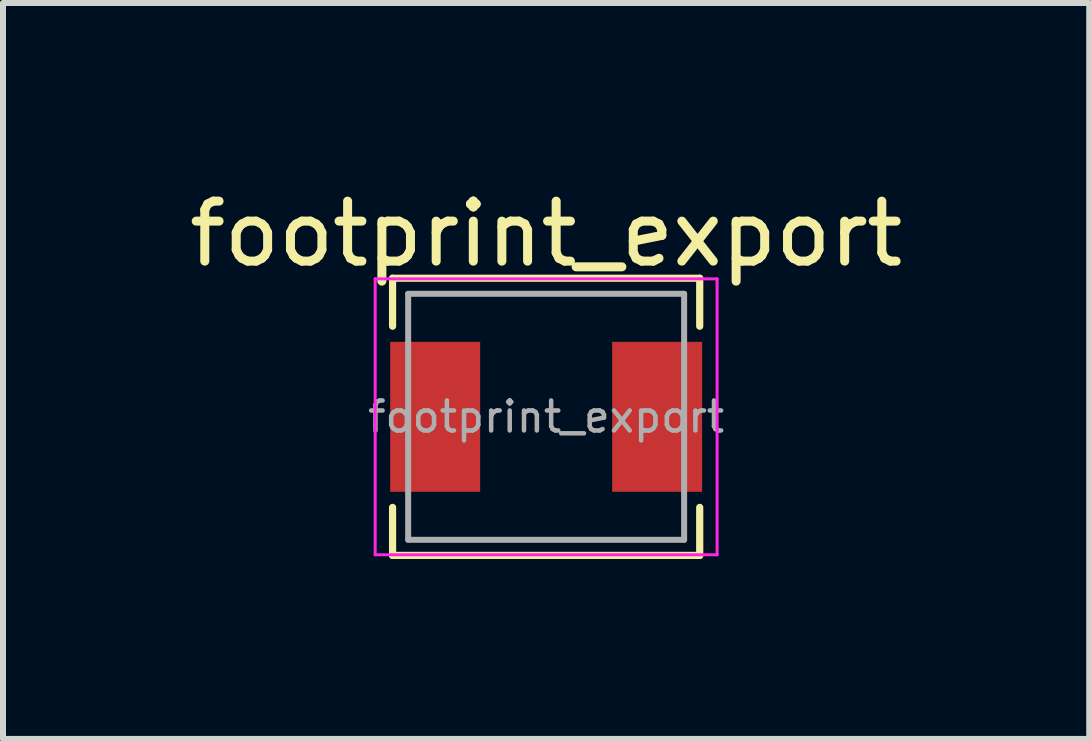
<source format=kicad_pcb>
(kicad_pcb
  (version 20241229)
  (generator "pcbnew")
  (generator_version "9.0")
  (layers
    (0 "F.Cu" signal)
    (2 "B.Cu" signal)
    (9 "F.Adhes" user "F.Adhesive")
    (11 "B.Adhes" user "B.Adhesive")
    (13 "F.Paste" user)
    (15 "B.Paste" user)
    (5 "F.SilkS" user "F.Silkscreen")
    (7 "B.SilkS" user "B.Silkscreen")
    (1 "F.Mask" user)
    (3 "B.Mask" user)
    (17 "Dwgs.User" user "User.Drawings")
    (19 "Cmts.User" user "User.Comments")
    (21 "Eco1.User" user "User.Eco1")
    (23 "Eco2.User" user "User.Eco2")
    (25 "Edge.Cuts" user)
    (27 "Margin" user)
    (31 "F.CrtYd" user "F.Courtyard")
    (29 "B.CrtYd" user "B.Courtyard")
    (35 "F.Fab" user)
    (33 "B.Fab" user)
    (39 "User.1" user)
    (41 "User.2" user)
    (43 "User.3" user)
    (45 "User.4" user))
  (footprint "footprint_export"
    (layer "F.Cu")
    (at 6.054 3.898)
    (property "Reference" "footprint_export" (at 0 -3.05 0) (layer "F.SilkS") (effects (font (size 1 1) (thickness 0.15))))
    (attr smd)
    (fp_line (start -2.56 -2.31) (end -2.56 -1.51) (stroke (width 0.12) (type solid)) (layer "F.SilkS"))
    (fp_line (start -2.56 -2.31) (end 2.56 -2.31) (stroke (width 0.12) (type solid)) (layer "F.SilkS"))
    (fp_line (start -2.56 2.31) (end -2.56 1.51) (stroke (width 0.12) (type solid)) (layer "F.SilkS"))
    (fp_line (start -2.56 2.31) (end 2.56 2.31) (stroke (width 0.12) (type solid)) (layer "F.SilkS"))
    (fp_line (start 2.56 -2.31) (end 2.56 -1.51) (stroke (width 0.12) (type solid)) (layer "F.SilkS"))
    (fp_line (start 2.56 2.31) (end 2.56 1.51) (stroke (width 0.12) (type solid)) (layer "F.SilkS"))
    (fp_line (start -2.85 -2.3) (end -2.85 2.3) (stroke (width 0.05) (type solid)) (layer "F.CrtYd"))
    (fp_line (start -2.85 2.3) (end 2.85 2.3) (stroke (width 0.05) (type solid)) (layer "F.CrtYd"))
    (fp_line (start 2.85 -2.3) (end -2.85 -2.3) (stroke (width 0.05) (type solid)) (layer "F.CrtYd"))
    (fp_line (start 2.85 2.3) (end 2.85 -2.3) (stroke (width 0.05) (type solid)) (layer "F.CrtYd"))
    (fp_line (start -2.3 -2.05) (end -2.3 2.05) (stroke (width 0.1) (type solid)) (layer "F.Fab"))
    (fp_line (start -2.3 2.05) (end 2.3 2.05) (stroke (width 0.1) (type solid)) (layer "F.Fab"))
    (fp_line (start 2.3 -2.05) (end -2.3 -2.05) (stroke (width 0.1) (type solid)) (layer "F.Fab"))
    (fp_line (start 2.3 2.05) (end 2.3 -2.05) (stroke (width 0.1) (type solid)) (layer "F.Fab"))
    (fp_text user "${REFERENCE}" (at 0 0 0) (layer "F.Fab") (effects (font (size 0.5 0.5) (thickness 0.075))))
    (pad "1" smd rect (at -1.85 0) (size 1.5 2.5) (layers "F.Cu" "F.Mask" "F.Paste"))
    (pad "2" smd rect (at 1.85 0) (size 1.5 2.5) (layers "F.Cu" "F.Mask" "F.Paste")))
  (gr_rect
    (start -3 -3)
    (end 15.107 9.268)
    (stroke (width 0.1) (type default))
    (fill no)
    (layer "Edge.Cuts")))
</source>
